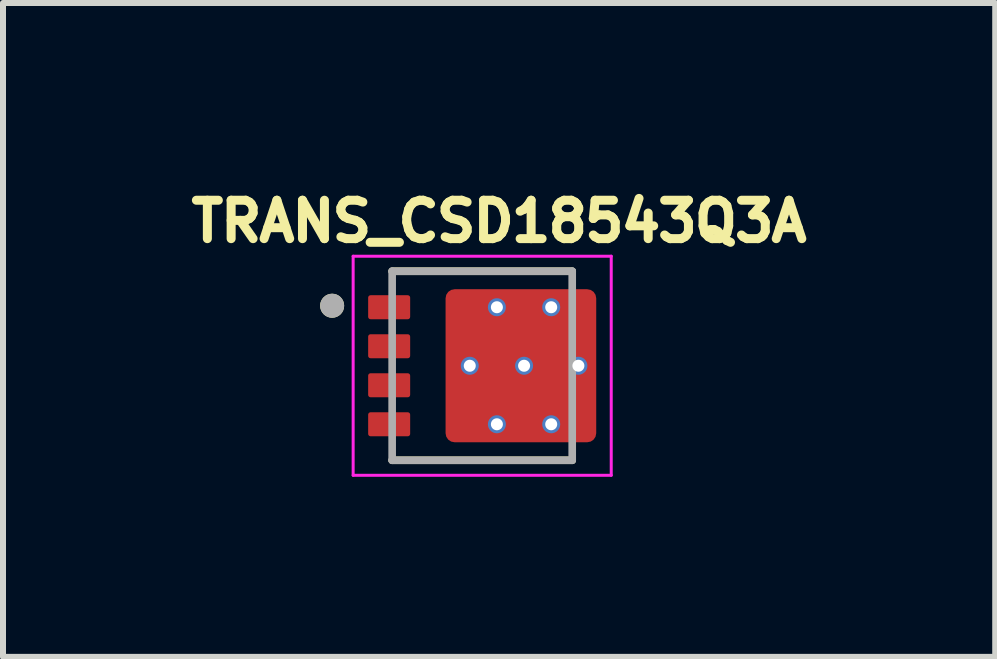
<source format=kicad_pcb>
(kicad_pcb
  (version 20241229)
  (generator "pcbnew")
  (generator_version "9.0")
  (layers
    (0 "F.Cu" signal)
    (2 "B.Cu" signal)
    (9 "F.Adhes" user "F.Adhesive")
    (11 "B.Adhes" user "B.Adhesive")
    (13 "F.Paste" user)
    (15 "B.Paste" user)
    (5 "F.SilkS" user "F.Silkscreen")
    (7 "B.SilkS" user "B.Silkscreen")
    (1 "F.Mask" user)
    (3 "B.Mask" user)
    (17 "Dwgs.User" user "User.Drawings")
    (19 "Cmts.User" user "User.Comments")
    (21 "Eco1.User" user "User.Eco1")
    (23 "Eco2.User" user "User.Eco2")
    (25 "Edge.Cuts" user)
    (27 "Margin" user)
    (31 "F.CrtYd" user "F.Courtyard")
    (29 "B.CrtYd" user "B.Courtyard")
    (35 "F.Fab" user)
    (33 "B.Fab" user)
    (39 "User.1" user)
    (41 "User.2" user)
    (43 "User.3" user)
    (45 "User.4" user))
  (footprint "TRANS_CSD18543Q3A"
    (layer "F.Cu")
    (at 4.984 3.044)
    (property "Reference" "TRANS_CSD18543Q3A" (at 0.282 -2.406 0) (layer "F.SilkS") (effects (font (size 0.64 0.64) (thickness 0.15))))
    (attr through_hole)
    (fp_poly (pts (xy -1.8 -1.125) (xy -1.3 -1.125) (xy -1.297 -1.125) (xy -1.295 -1.125) (xy -1.292 -1.124) (xy -1.29 -1.124) (xy -1.287 -1.123) (xy -1.285 -1.123) (xy -1.282 -1.122) (xy -1.28 -1.121) (xy -1.277 -1.12) (xy -1.275 -1.118) (xy -1.273 -1.117) (xy -1.271 -1.115) (xy -1.269 -1.114) (xy -1.267 -1.112) (xy -1.265 -1.11) (xy -1.263 -1.108) (xy -1.261 -1.106) (xy -1.26 -1.104) (xy -1.258 -1.102) (xy -1.257 -1.1) (xy -1.255 -1.098) (xy -1.254 -1.095) (xy -1.253 -1.093) (xy -1.252 -1.09) (xy -1.252 -1.088) (xy -1.251 -1.085) (xy -1.251 -1.083) (xy -1.25 -1.08) (xy -1.25 -1.078) (xy -1.25 -1.075) (xy -1.25 -0.875) (xy -1.25 -0.872) (xy -1.25 -0.87) (xy -1.251 -0.867) (xy -1.251 -0.865) (xy -1.252 -0.862) (xy -1.252 -0.86) (xy -1.253 -0.857) (xy -1.254 -0.855) (xy -1.255 -0.852) (xy -1.257 -0.85) (xy -1.258 -0.848) (xy -1.26 -0.846) (xy -1.261 -0.844) (xy -1.263 -0.842) (xy -1.265 -0.84) (xy -1.267 -0.838) (xy -1.269 -0.836) (xy -1.271 -0.835) (xy -1.273 -0.833) (xy -1.275 -0.832) (xy -1.277 -0.83) (xy -1.28 -0.829) (xy -1.282 -0.828) (xy -1.285 -0.827) (xy -1.287 -0.827) (xy -1.29 -0.826) (xy -1.292 -0.826) (xy -1.295 -0.825) (xy -1.297 -0.825) (xy -1.3 -0.825) (xy -1.8 -0.825) (xy -1.803 -0.825) (xy -1.805 -0.825) (xy -1.808 -0.826) (xy -1.81 -0.826) (xy -1.813 -0.827) (xy -1.815 -0.827) (xy -1.818 -0.828) (xy -1.82 -0.829) (xy -1.823 -0.83) (xy -1.825 -0.832) (xy -1.827 -0.833) (xy -1.829 -0.835) (xy -1.831 -0.836) (xy -1.833 -0.838) (xy -1.835 -0.84) (xy -1.837 -0.842) (xy -1.839 -0.844) (xy -1.84 -0.846) (xy -1.842 -0.848) (xy -1.843 -0.85) (xy -1.845 -0.852) (xy -1.846 -0.855) (xy -1.847 -0.857) (xy -1.848 -0.86) (xy -1.848 -0.862) (xy -1.849 -0.865) (xy -1.849 -0.867) (xy -1.85 -0.87) (xy -1.85 -0.872) (xy -1.85 -0.875) (xy -1.85 -1.075) (xy -1.85 -1.078) (xy -1.85 -1.08) (xy -1.849 -1.083) (xy -1.849 -1.085) (xy -1.848 -1.088) (xy -1.848 -1.09) (xy -1.847 -1.093) (xy -1.846 -1.095) (xy -1.845 -1.098) (xy -1.843 -1.1) (xy -1.842 -1.102) (xy -1.84 -1.104) (xy -1.839 -1.106) (xy -1.837 -1.108) (xy -1.835 -1.11) (xy -1.833 -1.112) (xy -1.831 -1.114) (xy -1.829 -1.115) (xy -1.827 -1.117) (xy -1.825 -1.118) (xy -1.823 -1.12) (xy -1.82 -1.121) (xy -1.818 -1.122) (xy -1.815 -1.123) (xy -1.813 -1.123) (xy -1.81 -1.124) (xy -1.808 -1.124) (xy -1.805 -1.125) (xy -1.803 -1.125) (xy -1.8 -1.125)) (stroke (width 0.01) (type solid)) (fill yes) (layer "F.Mask"))
    (fp_poly (pts (xy -1.8 -0.475) (xy -1.3 -0.475) (xy -1.297 -0.475) (xy -1.295 -0.475) (xy -1.292 -0.474) (xy -1.29 -0.474) (xy -1.287 -0.473) (xy -1.285 -0.473) (xy -1.282 -0.472) (xy -1.28 -0.471) (xy -1.277 -0.47) (xy -1.275 -0.468) (xy -1.273 -0.467) (xy -1.271 -0.465) (xy -1.269 -0.464) (xy -1.267 -0.462) (xy -1.265 -0.46) (xy -1.263 -0.458) (xy -1.261 -0.456) (xy -1.26 -0.454) (xy -1.258 -0.452) (xy -1.257 -0.45) (xy -1.255 -0.448) (xy -1.254 -0.445) (xy -1.253 -0.443) (xy -1.252 -0.44) (xy -1.252 -0.438) (xy -1.251 -0.435) (xy -1.251 -0.433) (xy -1.25 -0.43) (xy -1.25 -0.428) (xy -1.25 -0.425) (xy -1.25 -0.225) (xy -1.25 -0.222) (xy -1.25 -0.22) (xy -1.251 -0.217) (xy -1.251 -0.215) (xy -1.252 -0.212) (xy -1.252 -0.21) (xy -1.253 -0.207) (xy -1.254 -0.205) (xy -1.255 -0.202) (xy -1.257 -0.2) (xy -1.258 -0.198) (xy -1.26 -0.196) (xy -1.261 -0.194) (xy -1.263 -0.192) (xy -1.265 -0.19) (xy -1.267 -0.188) (xy -1.269 -0.186) (xy -1.271 -0.185) (xy -1.273 -0.183) (xy -1.275 -0.182) (xy -1.277 -0.18) (xy -1.28 -0.179) (xy -1.282 -0.178) (xy -1.285 -0.177) (xy -1.287 -0.177) (xy -1.29 -0.176) (xy -1.292 -0.176) (xy -1.295 -0.175) (xy -1.297 -0.175) (xy -1.3 -0.175) (xy -1.8 -0.175) (xy -1.803 -0.175) (xy -1.805 -0.175) (xy -1.808 -0.176) (xy -1.81 -0.176) (xy -1.813 -0.177) (xy -1.815 -0.177) (xy -1.818 -0.178) (xy -1.82 -0.179) (xy -1.823 -0.18) (xy -1.825 -0.182) (xy -1.827 -0.183) (xy -1.829 -0.185) (xy -1.831 -0.186) (xy -1.833 -0.188) (xy -1.835 -0.19) (xy -1.837 -0.192) (xy -1.839 -0.194) (xy -1.84 -0.196) (xy -1.842 -0.198) (xy -1.843 -0.2) (xy -1.845 -0.202) (xy -1.846 -0.205) (xy -1.847 -0.207) (xy -1.848 -0.21) (xy -1.848 -0.212) (xy -1.849 -0.215) (xy -1.849 -0.217) (xy -1.85 -0.22) (xy -1.85 -0.222) (xy -1.85 -0.225) (xy -1.85 -0.425) (xy -1.85 -0.428) (xy -1.85 -0.43) (xy -1.849 -0.433) (xy -1.849 -0.435) (xy -1.848 -0.438) (xy -1.848 -0.44) (xy -1.847 -0.443) (xy -1.846 -0.445) (xy -1.845 -0.448) (xy -1.843 -0.45) (xy -1.842 -0.452) (xy -1.84 -0.454) (xy -1.839 -0.456) (xy -1.837 -0.458) (xy -1.835 -0.46) (xy -1.833 -0.462) (xy -1.831 -0.464) (xy -1.829 -0.465) (xy -1.827 -0.467) (xy -1.825 -0.468) (xy -1.823 -0.47) (xy -1.82 -0.471) (xy -1.818 -0.472) (xy -1.815 -0.473) (xy -1.813 -0.473) (xy -1.81 -0.474) (xy -1.808 -0.474) (xy -1.805 -0.475) (xy -1.803 -0.475) (xy -1.8 -0.475)) (stroke (width 0.01) (type solid)) (fill yes) (layer "F.Mask"))
    (fp_poly (pts (xy -1.8 0.175) (xy -1.3 0.175) (xy -1.297 0.175) (xy -1.295 0.175) (xy -1.292 0.176) (xy -1.29 0.176) (xy -1.287 0.177) (xy -1.285 0.177) (xy -1.282 0.178) (xy -1.28 0.179) (xy -1.277 0.18) (xy -1.275 0.182) (xy -1.273 0.183) (xy -1.271 0.185) (xy -1.269 0.186) (xy -1.267 0.188) (xy -1.265 0.19) (xy -1.263 0.192) (xy -1.261 0.194) (xy -1.26 0.196) (xy -1.258 0.198) (xy -1.257 0.2) (xy -1.255 0.202) (xy -1.254 0.205) (xy -1.253 0.207) (xy -1.252 0.21) (xy -1.252 0.212) (xy -1.251 0.215) (xy -1.251 0.217) (xy -1.25 0.22) (xy -1.25 0.222) (xy -1.25 0.225) (xy -1.25 0.425) (xy -1.25 0.428) (xy -1.25 0.43) (xy -1.251 0.433) (xy -1.251 0.435) (xy -1.252 0.438) (xy -1.252 0.44) (xy -1.253 0.443) (xy -1.254 0.445) (xy -1.255 0.448) (xy -1.257 0.45) (xy -1.258 0.452) (xy -1.26 0.454) (xy -1.261 0.456) (xy -1.263 0.458) (xy -1.265 0.46) (xy -1.267 0.462) (xy -1.269 0.464) (xy -1.271 0.465) (xy -1.273 0.467) (xy -1.275 0.468) (xy -1.277 0.47) (xy -1.28 0.471) (xy -1.282 0.472) (xy -1.285 0.473) (xy -1.287 0.473) (xy -1.29 0.474) (xy -1.292 0.474) (xy -1.295 0.475) (xy -1.297 0.475) (xy -1.3 0.475) (xy -1.8 0.475) (xy -1.803 0.475) (xy -1.805 0.475) (xy -1.808 0.474) (xy -1.81 0.474) (xy -1.813 0.473) (xy -1.815 0.473) (xy -1.818 0.472) (xy -1.82 0.471) (xy -1.823 0.47) (xy -1.825 0.468) (xy -1.827 0.467) (xy -1.829 0.465) (xy -1.831 0.464) (xy -1.833 0.462) (xy -1.835 0.46) (xy -1.837 0.458) (xy -1.839 0.456) (xy -1.84 0.454) (xy -1.842 0.452) (xy -1.843 0.45) (xy -1.845 0.448) (xy -1.846 0.445) (xy -1.847 0.443) (xy -1.848 0.44) (xy -1.848 0.438) (xy -1.849 0.435) (xy -1.849 0.433) (xy -1.85 0.43) (xy -1.85 0.428) (xy -1.85 0.425) (xy -1.85 0.225) (xy -1.85 0.222) (xy -1.85 0.22) (xy -1.849 0.217) (xy -1.849 0.215) (xy -1.848 0.212) (xy -1.848 0.21) (xy -1.847 0.207) (xy -1.846 0.205) (xy -1.845 0.202) (xy -1.843 0.2) (xy -1.842 0.198) (xy -1.84 0.196) (xy -1.839 0.194) (xy -1.837 0.192) (xy -1.835 0.19) (xy -1.833 0.188) (xy -1.831 0.186) (xy -1.829 0.185) (xy -1.827 0.183) (xy -1.825 0.182) (xy -1.823 0.18) (xy -1.82 0.179) (xy -1.818 0.178) (xy -1.815 0.177) (xy -1.813 0.177) (xy -1.81 0.176) (xy -1.808 0.176) (xy -1.805 0.175) (xy -1.803 0.175) (xy -1.8 0.175)) (stroke (width 0.01) (type solid)) (fill yes) (layer "F.Mask"))
    (fp_poly (pts (xy -1.8 0.825) (xy -1.3 0.825) (xy -1.297 0.825) (xy -1.295 0.825) (xy -1.292 0.826) (xy -1.29 0.826) (xy -1.287 0.827) (xy -1.285 0.827) (xy -1.282 0.828) (xy -1.28 0.829) (xy -1.277 0.83) (xy -1.275 0.832) (xy -1.273 0.833) (xy -1.271 0.835) (xy -1.269 0.836) (xy -1.267 0.838) (xy -1.265 0.84) (xy -1.263 0.842) (xy -1.261 0.844) (xy -1.26 0.846) (xy -1.258 0.848) (xy -1.257 0.85) (xy -1.255 0.852) (xy -1.254 0.855) (xy -1.253 0.857) (xy -1.252 0.86) (xy -1.252 0.862) (xy -1.251 0.865) (xy -1.251 0.867) (xy -1.25 0.87) (xy -1.25 0.872) (xy -1.25 0.875) (xy -1.25 1.075) (xy -1.25 1.078) (xy -1.25 1.08) (xy -1.251 1.083) (xy -1.251 1.085) (xy -1.252 1.088) (xy -1.252 1.09) (xy -1.253 1.093) (xy -1.254 1.095) (xy -1.255 1.098) (xy -1.257 1.1) (xy -1.258 1.102) (xy -1.26 1.104) (xy -1.261 1.106) (xy -1.263 1.108) (xy -1.265 1.11) (xy -1.267 1.112) (xy -1.269 1.114) (xy -1.271 1.115) (xy -1.273 1.117) (xy -1.275 1.118) (xy -1.277 1.12) (xy -1.28 1.121) (xy -1.282 1.122) (xy -1.285 1.123) (xy -1.287 1.123) (xy -1.29 1.124) (xy -1.292 1.124) (xy -1.295 1.125) (xy -1.297 1.125) (xy -1.3 1.125) (xy -1.8 1.125) (xy -1.803 1.125) (xy -1.805 1.125) (xy -1.808 1.124) (xy -1.81 1.124) (xy -1.813 1.123) (xy -1.815 1.123) (xy -1.818 1.122) (xy -1.82 1.121) (xy -1.823 1.12) (xy -1.825 1.118) (xy -1.827 1.117) (xy -1.829 1.115) (xy -1.831 1.114) (xy -1.833 1.112) (xy -1.835 1.11) (xy -1.837 1.108) (xy -1.839 1.106) (xy -1.84 1.104) (xy -1.842 1.102) (xy -1.843 1.1) (xy -1.845 1.098) (xy -1.846 1.095) (xy -1.847 1.093) (xy -1.848 1.09) (xy -1.848 1.088) (xy -1.849 1.085) (xy -1.849 1.083) (xy -1.85 1.08) (xy -1.85 1.078) (xy -1.85 1.075) (xy -1.85 0.875) (xy -1.85 0.872) (xy -1.85 0.87) (xy -1.849 0.867) (xy -1.849 0.865) (xy -1.848 0.862) (xy -1.848 0.86) (xy -1.847 0.857) (xy -1.846 0.855) (xy -1.845 0.852) (xy -1.843 0.85) (xy -1.842 0.848) (xy -1.84 0.846) (xy -1.839 0.844) (xy -1.837 0.842) (xy -1.835 0.84) (xy -1.833 0.838) (xy -1.831 0.836) (xy -1.829 0.835) (xy -1.827 0.833) (xy -1.825 0.832) (xy -1.823 0.83) (xy -1.82 0.829) (xy -1.818 0.828) (xy -1.815 0.827) (xy -1.813 0.827) (xy -1.81 0.826) (xy -1.808 0.826) (xy -1.805 0.825) (xy -1.803 0.825) (xy -1.8 0.825)) (stroke (width 0.01) (type solid)) (fill yes) (layer "F.Mask"))
    (fp_poly (pts (xy 1.215 1.125) (xy 1.215 1.175) (xy 1.215 1.178) (xy 1.215 1.18) (xy 1.214 1.183) (xy 1.214 1.185) (xy 1.213 1.188) (xy 1.213 1.19) (xy 1.212 1.193) (xy 1.211 1.195) (xy 1.21 1.198) (xy 1.208 1.2) (xy 1.207 1.202) (xy 1.205 1.204) (xy 1.204 1.206) (xy 1.202 1.208) (xy 1.2 1.21) (xy 1.198 1.212) (xy 1.196 1.214) (xy 1.194 1.215) (xy 1.192 1.217) (xy 1.19 1.218) (xy 1.188 1.22) (xy 1.185 1.221) (xy 1.183 1.222) (xy 1.18 1.223) (xy 1.178 1.223) (xy 1.175 1.224) (xy 1.173 1.224) (xy 1.17 1.225) (xy 1.168 1.225) (xy 1.165 1.225) (xy -0.51 1.225) (xy -0.513 1.225) (xy -0.515 1.225) (xy -0.518 1.224) (xy -0.52 1.224) (xy -0.523 1.223) (xy -0.525 1.223) (xy -0.528 1.222) (xy -0.53 1.221) (xy -0.533 1.22) (xy -0.535 1.218) (xy -0.537 1.217) (xy -0.539 1.215) (xy -0.541 1.214) (xy -0.543 1.212) (xy -0.545 1.21) (xy -0.547 1.208) (xy -0.549 1.206) (xy -0.55 1.204) (xy -0.552 1.202) (xy -0.553 1.2) (xy -0.555 1.198) (xy -0.556 1.195) (xy -0.557 1.193) (xy -0.558 1.19) (xy -0.558 1.188) (xy -0.559 1.185) (xy -0.559 1.183) (xy -0.56 1.18) (xy -0.56 1.178) (xy -0.56 1.175) (xy -0.56 -1.175) (xy -0.56 -1.178) (xy -0.56 -1.18) (xy -0.559 -1.183) (xy -0.559 -1.185) (xy -0.558 -1.188) (xy -0.558 -1.19) (xy -0.557 -1.193) (xy -0.556 -1.195) (xy -0.555 -1.198) (xy -0.553 -1.2) (xy -0.552 -1.202) (xy -0.55 -1.204) (xy -0.549 -1.206) (xy -0.547 -1.208) (xy -0.545 -1.21) (xy -0.543 -1.212) (xy -0.541 -1.214) (xy -0.539 -1.215) (xy -0.537 -1.217) (xy -0.535 -1.218) (xy -0.533 -1.22) (xy -0.53 -1.221) (xy -0.528 -1.222) (xy -0.525 -1.223) (xy -0.523 -1.223) (xy -0.52 -1.224) (xy -0.518 -1.224) (xy -0.515 -1.225) (xy -0.513 -1.225) (xy -0.51 -1.225) (xy 1.165 -1.225) (xy 1.168 -1.225) (xy 1.17 -1.225) (xy 1.173 -1.224) (xy 1.175 -1.224) (xy 1.178 -1.223) (xy 1.18 -1.223) (xy 1.183 -1.222) (xy 1.185 -1.221) (xy 1.188 -1.22) (xy 1.19 -1.218) (xy 1.192 -1.217) (xy 1.194 -1.215) (xy 1.196 -1.214) (xy 1.198 -1.212) (xy 1.2 -1.21) (xy 1.202 -1.208) (xy 1.204 -1.206) (xy 1.205 -1.204) (xy 1.207 -1.202) (xy 1.208 -1.2) (xy 1.21 -1.198) (xy 1.211 -1.195) (xy 1.212 -1.193) (xy 1.213 -1.19) (xy 1.213 -1.188) (xy 1.214 -1.185) (xy 1.214 -1.183) (xy 1.215 -1.18) (xy 1.215 -1.178) (xy 1.215 -1.175) (xy 1.215 -1.125) (xy 1.8 -1.125) (xy 1.803 -1.125) (xy 1.805 -1.125) (xy 1.808 -1.124) (xy 1.81 -1.124) (xy 1.813 -1.123) (xy 1.815 -1.123) (xy 1.818 -1.122) (xy 1.82 -1.121) (xy 1.823 -1.12) (xy 1.825 -1.118) (xy 1.827 -1.117) (xy 1.829 -1.115) (xy 1.831 -1.114) (xy 1.833 -1.112) (xy 1.835 -1.11) (xy 1.837 -1.108) (xy 1.839 -1.106) (xy 1.84 -1.104) (xy 1.842 -1.102) (xy 1.843 -1.1) (xy 1.845 -1.098) (xy 1.846 -1.095) (xy 1.847 -1.093) (xy 1.848 -1.09) (xy 1.848 -1.088) (xy 1.849 -1.085) (xy 1.849 -1.083) (xy 1.85 -1.08) (xy 1.85 -1.078) (xy 1.85 -1.075) (xy 1.85 -0.875) (xy 1.85 -0.872) (xy 1.85 -0.87) (xy 1.849 -0.867) (xy 1.849 -0.865) (xy 1.848 -0.862) (xy 1.848 -0.86) (xy 1.847 -0.857) (xy 1.846 -0.855) (xy 1.845 -0.852) (xy 1.843 -0.85) (xy 1.842 -0.848) (xy 1.84 -0.846) (xy 1.839 -0.844) (xy 1.837 -0.842) (xy 1.835 -0.84) (xy 1.833 -0.838) (xy 1.831 -0.836) (xy 1.829 -0.835) (xy 1.827 -0.833) (xy 1.825 -0.832) (xy 1.823 -0.83) (xy 1.82 -0.829) (xy 1.818 -0.828) (xy 1.815 -0.827) (xy 1.813 -0.827) (xy 1.81 -0.826) (xy 1.808 -0.826) (xy 1.805 -0.825) (xy 1.803 -0.825) (xy 1.8 -0.825) (xy 1.215 -0.825) (xy 1.215 -0.475) (xy 1.8 -0.475) (xy 1.803 -0.475) (xy 1.805 -0.475) (xy 1.808 -0.474) (xy 1.81 -0.474) (xy 1.813 -0.473) (xy 1.815 -0.473) (xy 1.818 -0.472) (xy 1.82 -0.471) (xy 1.823 -0.47) (xy 1.825 -0.468) (xy 1.827 -0.467) (xy 1.829 -0.465) (xy 1.831 -0.464) (xy 1.833 -0.462) (xy 1.835 -0.46) (xy 1.837 -0.458) (xy 1.839 -0.456) (xy 1.84 -0.454) (xy 1.842 -0.452) (xy 1.843 -0.45) (xy 1.845 -0.448) (xy 1.846 -0.445) (xy 1.847 -0.443) (xy 1.848 -0.44) (xy 1.848 -0.438) (xy 1.849 -0.435) (xy 1.849 -0.433) (xy 1.85 -0.43) (xy 1.85 -0.428) (xy 1.85 -0.425) (xy 1.85 -0.225) (xy 1.85 -0.222) (xy 1.85 -0.22) (xy 1.849 -0.217) (xy 1.849 -0.215) (xy 1.848 -0.212) (xy 1.848 -0.21) (xy 1.847 -0.207) (xy 1.846 -0.205) (xy 1.845 -0.202) (xy 1.843 -0.2) (xy 1.842 -0.198) (xy 1.84 -0.196) (xy 1.839 -0.194) (xy 1.837 -0.192) (xy 1.835 -0.19) (xy 1.833 -0.188) (xy 1.831 -0.186) (xy 1.829 -0.185) (xy 1.827 -0.183) (xy 1.825 -0.182) (xy 1.823 -0.18) (xy 1.82 -0.179) (xy 1.818 -0.178) (xy 1.815 -0.177) (xy 1.813 -0.177) (xy 1.81 -0.176) (xy 1.808 -0.176) (xy 1.805 -0.175) (xy 1.803 -0.175) (xy 1.8 -0.175) (xy 1.215 -0.175) (xy 1.215 0.175) (xy 1.8 0.175) (xy 1.803 0.175) (xy 1.805 0.175) (xy 1.808 0.176) (xy 1.81 0.176) (xy 1.813 0.177) (xy 1.815 0.177) (xy 1.818 0.178) (xy 1.82 0.179) (xy 1.823 0.18) (xy 1.825 0.182) (xy 1.827 0.183) (xy 1.829 0.185) (xy 1.831 0.186) (xy 1.833 0.188) (xy 1.835 0.19) (xy 1.837 0.192) (xy 1.839 0.194) (xy 1.84 0.196) (xy 1.842 0.198) (xy 1.843 0.2) (xy 1.845 0.202) (xy 1.846 0.205) (xy 1.847 0.207) (xy 1.848 0.21) (xy 1.848 0.212) (xy 1.849 0.215) (xy 1.849 0.217) (xy 1.85 0.22) (xy 1.85 0.222) (xy 1.85 0.225) (xy 1.85 0.425) (xy 1.85 0.428) (xy 1.85 0.43) (xy 1.849 0.433) (xy 1.849 0.435) (xy 1.848 0.438) (xy 1.848 0.44) (xy 1.847 0.443) (xy 1.846 0.445) (xy 1.845 0.448) (xy 1.843 0.45) (xy 1.842 0.452) (xy 1.84 0.454) (xy 1.839 0.456) (xy 1.837 0.458) (xy 1.835 0.46) (xy 1.833 0.462) (xy 1.831 0.464) (xy 1.829 0.465) (xy 1.827 0.467) (xy 1.825 0.468) (xy 1.823 0.47) (xy 1.82 0.471) (xy 1.818 0.472) (xy 1.815 0.473) (xy 1.813 0.473) (xy 1.81 0.474) (xy 1.808 0.474) (xy 1.805 0.475) (xy 1.803 0.475) (xy 1.8 0.475) (xy 1.215 0.475) (xy 1.215 0.825) (xy 1.8 0.825) (xy 1.803 0.825) (xy 1.805 0.825) (xy 1.808 0.826) (xy 1.81 0.826) (xy 1.813 0.827) (xy 1.815 0.827) (xy 1.818 0.828) (xy 1.82 0.829) (xy 1.823 0.83) (xy 1.825 0.832) (xy 1.827 0.833) (xy 1.829 0.835) (xy 1.831 0.836) (xy 1.833 0.838) (xy 1.835 0.84) (xy 1.837 0.842) (xy 1.839 0.844) (xy 1.84 0.846) (xy 1.842 0.848) (xy 1.843 0.85) (xy 1.845 0.852) (xy 1.846 0.855) (xy 1.847 0.857) (xy 1.848 0.86) (xy 1.848 0.862) (xy 1.849 0.865) (xy 1.849 0.867) (xy 1.85 0.87) (xy 1.85 0.872) (xy 1.85 0.875) (xy 1.85 1.075) (xy 1.85 1.078) (xy 1.85 1.08) (xy 1.849 1.083) (xy 1.849 1.085) (xy 1.848 1.088) (xy 1.848 1.09) (xy 1.847 1.093) (xy 1.846 1.095) (xy 1.845 1.098) (xy 1.843 1.1) (xy 1.842 1.102) (xy 1.84 1.104) (xy 1.839 1.106) (xy 1.837 1.108) (xy 1.835 1.11) (xy 1.833 1.112) (xy 1.831 1.114) (xy 1.829 1.115) (xy 1.827 1.117) (xy 1.825 1.118) (xy 1.823 1.12) (xy 1.82 1.121) (xy 1.818 1.122) (xy 1.815 1.123) (xy 1.813 1.123) (xy 1.81 1.124) (xy 1.808 1.124) (xy 1.805 1.125) (xy 1.803 1.125) (xy 1.8 1.125) (xy 1.215 1.125)) (stroke (width 0.01) (type solid)) (fill yes) (layer "F.Mask"))
    (fp_line (start -1.5 -1.575) (end 1.5 -1.575) (stroke (width 0.127) (type solid)) (layer "F.SilkS"))
    (fp_line (start 1.5 1.575) (end -1.5 1.575) (stroke (width 0.127) (type solid)) (layer "F.SilkS"))
    (fp_circle (center -2.5 -1) (end -2.4 -1) (stroke (width 0.2) (type solid)) (fill no) (layer "F.SilkS"))
    (fp_poly (pts (xy -1.8 -1.125) (xy -1.3 -1.125) (xy -1.297 -1.125) (xy -1.295 -1.125) (xy -1.292 -1.124) (xy -1.29 -1.124) (xy -1.287 -1.123) (xy -1.285 -1.123) (xy -1.282 -1.122) (xy -1.28 -1.121) (xy -1.277 -1.12) (xy -1.275 -1.118) (xy -1.273 -1.117) (xy -1.271 -1.115) (xy -1.269 -1.114) (xy -1.267 -1.112) (xy -1.265 -1.11) (xy -1.263 -1.108) (xy -1.261 -1.106) (xy -1.26 -1.104) (xy -1.258 -1.102) (xy -1.257 -1.1) (xy -1.255 -1.098) (xy -1.254 -1.095) (xy -1.253 -1.093) (xy -1.252 -1.09) (xy -1.252 -1.088) (xy -1.251 -1.085) (xy -1.251 -1.083) (xy -1.25 -1.08) (xy -1.25 -1.078) (xy -1.25 -1.075) (xy -1.25 -0.875) (xy -1.25 -0.872) (xy -1.25 -0.87) (xy -1.251 -0.867) (xy -1.251 -0.865) (xy -1.252 -0.862) (xy -1.252 -0.86) (xy -1.253 -0.857) (xy -1.254 -0.855) (xy -1.255 -0.852) (xy -1.257 -0.85) (xy -1.258 -0.848) (xy -1.26 -0.846) (xy -1.261 -0.844) (xy -1.263 -0.842) (xy -1.265 -0.84) (xy -1.267 -0.838) (xy -1.269 -0.836) (xy -1.271 -0.835) (xy -1.273 -0.833) (xy -1.275 -0.832) (xy -1.277 -0.83) (xy -1.28 -0.829) (xy -1.282 -0.828) (xy -1.285 -0.827) (xy -1.287 -0.827) (xy -1.29 -0.826) (xy -1.292 -0.826) (xy -1.295 -0.825) (xy -1.297 -0.825) (xy -1.3 -0.825) (xy -1.8 -0.825) (xy -1.803 -0.825) (xy -1.805 -0.825) (xy -1.808 -0.826) (xy -1.81 -0.826) (xy -1.813 -0.827) (xy -1.815 -0.827) (xy -1.818 -0.828) (xy -1.82 -0.829) (xy -1.823 -0.83) (xy -1.825 -0.832) (xy -1.827 -0.833) (xy -1.829 -0.835) (xy -1.831 -0.836) (xy -1.833 -0.838) (xy -1.835 -0.84) (xy -1.837 -0.842) (xy -1.839 -0.844) (xy -1.84 -0.846) (xy -1.842 -0.848) (xy -1.843 -0.85) (xy -1.845 -0.852) (xy -1.846 -0.855) (xy -1.847 -0.857) (xy -1.848 -0.86) (xy -1.848 -0.862) (xy -1.849 -0.865) (xy -1.849 -0.867) (xy -1.85 -0.87) (xy -1.85 -0.872) (xy -1.85 -0.875) (xy -1.85 -1.075) (xy -1.85 -1.078) (xy -1.85 -1.08) (xy -1.849 -1.083) (xy -1.849 -1.085) (xy -1.848 -1.088) (xy -1.848 -1.09) (xy -1.847 -1.093) (xy -1.846 -1.095) (xy -1.845 -1.098) (xy -1.843 -1.1) (xy -1.842 -1.102) (xy -1.84 -1.104) (xy -1.839 -1.106) (xy -1.837 -1.108) (xy -1.835 -1.11) (xy -1.833 -1.112) (xy -1.831 -1.114) (xy -1.829 -1.115) (xy -1.827 -1.117) (xy -1.825 -1.118) (xy -1.823 -1.12) (xy -1.82 -1.121) (xy -1.818 -1.122) (xy -1.815 -1.123) (xy -1.813 -1.123) (xy -1.81 -1.124) (xy -1.808 -1.124) (xy -1.805 -1.125) (xy -1.803 -1.125) (xy -1.8 -1.125)) (stroke (width 0.01) (type solid)) (fill yes) (layer "F.Paste"))
    (fp_poly (pts (xy -1.8 -0.475) (xy -1.3 -0.475) (xy -1.297 -0.475) (xy -1.295 -0.475) (xy -1.292 -0.474) (xy -1.29 -0.474) (xy -1.287 -0.473) (xy -1.285 -0.473) (xy -1.282 -0.472) (xy -1.28 -0.471) (xy -1.277 -0.47) (xy -1.275 -0.468) (xy -1.273 -0.467) (xy -1.271 -0.465) (xy -1.269 -0.464) (xy -1.267 -0.462) (xy -1.265 -0.46) (xy -1.263 -0.458) (xy -1.261 -0.456) (xy -1.26 -0.454) (xy -1.258 -0.452) (xy -1.257 -0.45) (xy -1.255 -0.448) (xy -1.254 -0.445) (xy -1.253 -0.443) (xy -1.252 -0.44) (xy -1.252 -0.438) (xy -1.251 -0.435) (xy -1.251 -0.433) (xy -1.25 -0.43) (xy -1.25 -0.428) (xy -1.25 -0.425) (xy -1.25 -0.225) (xy -1.25 -0.222) (xy -1.25 -0.22) (xy -1.251 -0.217) (xy -1.251 -0.215) (xy -1.252 -0.212) (xy -1.252 -0.21) (xy -1.253 -0.207) (xy -1.254 -0.205) (xy -1.255 -0.202) (xy -1.257 -0.2) (xy -1.258 -0.198) (xy -1.26 -0.196) (xy -1.261 -0.194) (xy -1.263 -0.192) (xy -1.265 -0.19) (xy -1.267 -0.188) (xy -1.269 -0.186) (xy -1.271 -0.185) (xy -1.273 -0.183) (xy -1.275 -0.182) (xy -1.277 -0.18) (xy -1.28 -0.179) (xy -1.282 -0.178) (xy -1.285 -0.177) (xy -1.287 -0.177) (xy -1.29 -0.176) (xy -1.292 -0.176) (xy -1.295 -0.175) (xy -1.297 -0.175) (xy -1.3 -0.175) (xy -1.8 -0.175) (xy -1.803 -0.175) (xy -1.805 -0.175) (xy -1.808 -0.176) (xy -1.81 -0.176) (xy -1.813 -0.177) (xy -1.815 -0.177) (xy -1.818 -0.178) (xy -1.82 -0.179) (xy -1.823 -0.18) (xy -1.825 -0.182) (xy -1.827 -0.183) (xy -1.829 -0.185) (xy -1.831 -0.186) (xy -1.833 -0.188) (xy -1.835 -0.19) (xy -1.837 -0.192) (xy -1.839 -0.194) (xy -1.84 -0.196) (xy -1.842 -0.198) (xy -1.843 -0.2) (xy -1.845 -0.202) (xy -1.846 -0.205) (xy -1.847 -0.207) (xy -1.848 -0.21) (xy -1.848 -0.212) (xy -1.849 -0.215) (xy -1.849 -0.217) (xy -1.85 -0.22) (xy -1.85 -0.222) (xy -1.85 -0.225) (xy -1.85 -0.425) (xy -1.85 -0.428) (xy -1.85 -0.43) (xy -1.849 -0.433) (xy -1.849 -0.435) (xy -1.848 -0.438) (xy -1.848 -0.44) (xy -1.847 -0.443) (xy -1.846 -0.445) (xy -1.845 -0.448) (xy -1.843 -0.45) (xy -1.842 -0.452) (xy -1.84 -0.454) (xy -1.839 -0.456) (xy -1.837 -0.458) (xy -1.835 -0.46) (xy -1.833 -0.462) (xy -1.831 -0.464) (xy -1.829 -0.465) (xy -1.827 -0.467) (xy -1.825 -0.468) (xy -1.823 -0.47) (xy -1.82 -0.471) (xy -1.818 -0.472) (xy -1.815 -0.473) (xy -1.813 -0.473) (xy -1.81 -0.474) (xy -1.808 -0.474) (xy -1.805 -0.475) (xy -1.803 -0.475) (xy -1.8 -0.475)) (stroke (width 0.01) (type solid)) (fill yes) (layer "F.Paste"))
    (fp_poly (pts (xy -1.8 0.175) (xy -1.3 0.175) (xy -1.297 0.175) (xy -1.295 0.175) (xy -1.292 0.176) (xy -1.29 0.176) (xy -1.287 0.177) (xy -1.285 0.177) (xy -1.282 0.178) (xy -1.28 0.179) (xy -1.277 0.18) (xy -1.275 0.182) (xy -1.273 0.183) (xy -1.271 0.185) (xy -1.269 0.186) (xy -1.267 0.188) (xy -1.265 0.19) (xy -1.263 0.192) (xy -1.261 0.194) (xy -1.26 0.196) (xy -1.258 0.198) (xy -1.257 0.2) (xy -1.255 0.202) (xy -1.254 0.205) (xy -1.253 0.207) (xy -1.252 0.21) (xy -1.252 0.212) (xy -1.251 0.215) (xy -1.251 0.217) (xy -1.25 0.22) (xy -1.25 0.222) (xy -1.25 0.225) (xy -1.25 0.425) (xy -1.25 0.428) (xy -1.25 0.43) (xy -1.251 0.433) (xy -1.251 0.435) (xy -1.252 0.438) (xy -1.252 0.44) (xy -1.253 0.443) (xy -1.254 0.445) (xy -1.255 0.448) (xy -1.257 0.45) (xy -1.258 0.452) (xy -1.26 0.454) (xy -1.261 0.456) (xy -1.263 0.458) (xy -1.265 0.46) (xy -1.267 0.462) (xy -1.269 0.464) (xy -1.271 0.465) (xy -1.273 0.467) (xy -1.275 0.468) (xy -1.277 0.47) (xy -1.28 0.471) (xy -1.282 0.472) (xy -1.285 0.473) (xy -1.287 0.473) (xy -1.29 0.474) (xy -1.292 0.474) (xy -1.295 0.475) (xy -1.297 0.475) (xy -1.3 0.475) (xy -1.8 0.475) (xy -1.803 0.475) (xy -1.805 0.475) (xy -1.808 0.474) (xy -1.81 0.474) (xy -1.813 0.473) (xy -1.815 0.473) (xy -1.818 0.472) (xy -1.82 0.471) (xy -1.823 0.47) (xy -1.825 0.468) (xy -1.827 0.467) (xy -1.829 0.465) (xy -1.831 0.464) (xy -1.833 0.462) (xy -1.835 0.46) (xy -1.837 0.458) (xy -1.839 0.456) (xy -1.84 0.454) (xy -1.842 0.452) (xy -1.843 0.45) (xy -1.845 0.448) (xy -1.846 0.445) (xy -1.847 0.443) (xy -1.848 0.44) (xy -1.848 0.438) (xy -1.849 0.435) (xy -1.849 0.433) (xy -1.85 0.43) (xy -1.85 0.428) (xy -1.85 0.425) (xy -1.85 0.225) (xy -1.85 0.222) (xy -1.85 0.22) (xy -1.849 0.217) (xy -1.849 0.215) (xy -1.848 0.212) (xy -1.848 0.21) (xy -1.847 0.207) (xy -1.846 0.205) (xy -1.845 0.202) (xy -1.843 0.2) (xy -1.842 0.198) (xy -1.84 0.196) (xy -1.839 0.194) (xy -1.837 0.192) (xy -1.835 0.19) (xy -1.833 0.188) (xy -1.831 0.186) (xy -1.829 0.185) (xy -1.827 0.183) (xy -1.825 0.182) (xy -1.823 0.18) (xy -1.82 0.179) (xy -1.818 0.178) (xy -1.815 0.177) (xy -1.813 0.177) (xy -1.81 0.176) (xy -1.808 0.176) (xy -1.805 0.175) (xy -1.803 0.175) (xy -1.8 0.175)) (stroke (width 0.01) (type solid)) (fill yes) (layer "F.Paste"))
    (fp_poly (pts (xy -1.8 0.825) (xy -1.3 0.825) (xy -1.297 0.825) (xy -1.295 0.825) (xy -1.292 0.826) (xy -1.29 0.826) (xy -1.287 0.827) (xy -1.285 0.827) (xy -1.282 0.828) (xy -1.28 0.829) (xy -1.277 0.83) (xy -1.275 0.832) (xy -1.273 0.833) (xy -1.271 0.835) (xy -1.269 0.836) (xy -1.267 0.838) (xy -1.265 0.84) (xy -1.263 0.842) (xy -1.261 0.844) (xy -1.26 0.846) (xy -1.258 0.848) (xy -1.257 0.85) (xy -1.255 0.852) (xy -1.254 0.855) (xy -1.253 0.857) (xy -1.252 0.86) (xy -1.252 0.862) (xy -1.251 0.865) (xy -1.251 0.867) (xy -1.25 0.87) (xy -1.25 0.872) (xy -1.25 0.875) (xy -1.25 1.075) (xy -1.25 1.078) (xy -1.25 1.08) (xy -1.251 1.083) (xy -1.251 1.085) (xy -1.252 1.088) (xy -1.252 1.09) (xy -1.253 1.093) (xy -1.254 1.095) (xy -1.255 1.098) (xy -1.257 1.1) (xy -1.258 1.102) (xy -1.26 1.104) (xy -1.261 1.106) (xy -1.263 1.108) (xy -1.265 1.11) (xy -1.267 1.112) (xy -1.269 1.114) (xy -1.271 1.115) (xy -1.273 1.117) (xy -1.275 1.118) (xy -1.277 1.12) (xy -1.28 1.121) (xy -1.282 1.122) (xy -1.285 1.123) (xy -1.287 1.123) (xy -1.29 1.124) (xy -1.292 1.124) (xy -1.295 1.125) (xy -1.297 1.125) (xy -1.3 1.125) (xy -1.8 1.125) (xy -1.803 1.125) (xy -1.805 1.125) (xy -1.808 1.124) (xy -1.81 1.124) (xy -1.813 1.123) (xy -1.815 1.123) (xy -1.818 1.122) (xy -1.82 1.121) (xy -1.823 1.12) (xy -1.825 1.118) (xy -1.827 1.117) (xy -1.829 1.115) (xy -1.831 1.114) (xy -1.833 1.112) (xy -1.835 1.11) (xy -1.837 1.108) (xy -1.839 1.106) (xy -1.84 1.104) (xy -1.842 1.102) (xy -1.843 1.1) (xy -1.845 1.098) (xy -1.846 1.095) (xy -1.847 1.093) (xy -1.848 1.09) (xy -1.848 1.088) (xy -1.849 1.085) (xy -1.849 1.083) (xy -1.85 1.08) (xy -1.85 1.078) (xy -1.85 1.075) (xy -1.85 0.875) (xy -1.85 0.872) (xy -1.85 0.87) (xy -1.849 0.867) (xy -1.849 0.865) (xy -1.848 0.862) (xy -1.848 0.86) (xy -1.847 0.857) (xy -1.846 0.855) (xy -1.845 0.852) (xy -1.843 0.85) (xy -1.842 0.848) (xy -1.84 0.846) (xy -1.839 0.844) (xy -1.837 0.842) (xy -1.835 0.84) (xy -1.833 0.838) (xy -1.831 0.836) (xy -1.829 0.835) (xy -1.827 0.833) (xy -1.825 0.832) (xy -1.823 0.83) (xy -1.82 0.829) (xy -1.818 0.828) (xy -1.815 0.827) (xy -1.813 0.827) (xy -1.81 0.826) (xy -1.808 0.826) (xy -1.805 0.825) (xy -1.803 0.825) (xy -1.8 0.825)) (stroke (width 0.01) (type solid)) (fill yes) (layer "F.Paste"))
    (fp_poly (pts (xy 1.3 -1.125) (xy 1.8 -1.125) (xy 1.803 -1.125) (xy 1.805 -1.125) (xy 1.808 -1.124) (xy 1.81 -1.124) (xy 1.813 -1.123) (xy 1.815 -1.123) (xy 1.818 -1.122) (xy 1.82 -1.121) (xy 1.823 -1.12) (xy 1.825 -1.118) (xy 1.827 -1.117) (xy 1.829 -1.115) (xy 1.831 -1.114) (xy 1.833 -1.112) (xy 1.835 -1.11) (xy 1.837 -1.108) (xy 1.839 -1.106) (xy 1.84 -1.104) (xy 1.842 -1.102) (xy 1.843 -1.1) (xy 1.845 -1.098) (xy 1.846 -1.095) (xy 1.847 -1.093) (xy 1.848 -1.09) (xy 1.848 -1.088) (xy 1.849 -1.085) (xy 1.849 -1.083) (xy 1.85 -1.08) (xy 1.85 -1.078) (xy 1.85 -1.075) (xy 1.85 -0.875) (xy 1.85 -0.872) (xy 1.85 -0.87) (xy 1.849 -0.867) (xy 1.849 -0.865) (xy 1.848 -0.862) (xy 1.848 -0.86) (xy 1.847 -0.857) (xy 1.846 -0.855) (xy 1.845 -0.852) (xy 1.843 -0.85) (xy 1.842 -0.848) (xy 1.84 -0.846) (xy 1.839 -0.844) (xy 1.837 -0.842) (xy 1.835 -0.84) (xy 1.833 -0.838) (xy 1.831 -0.836) (xy 1.829 -0.835) (xy 1.827 -0.833) (xy 1.825 -0.832) (xy 1.823 -0.83) (xy 1.82 -0.829) (xy 1.818 -0.828) (xy 1.815 -0.827) (xy 1.813 -0.827) (xy 1.81 -0.826) (xy 1.808 -0.826) (xy 1.805 -0.825) (xy 1.803 -0.825) (xy 1.8 -0.825) (xy 1.3 -0.825) (xy 1.297 -0.825) (xy 1.295 -0.825) (xy 1.292 -0.826) (xy 1.29 -0.826) (xy 1.287 -0.827) (xy 1.285 -0.827) (xy 1.282 -0.828) (xy 1.28 -0.829) (xy 1.277 -0.83) (xy 1.275 -0.832) (xy 1.273 -0.833) (xy 1.271 -0.835) (xy 1.269 -0.836) (xy 1.267 -0.838) (xy 1.265 -0.84) (xy 1.263 -0.842) (xy 1.261 -0.844) (xy 1.26 -0.846) (xy 1.258 -0.848) (xy 1.257 -0.85) (xy 1.255 -0.852) (xy 1.254 -0.855) (xy 1.253 -0.857) (xy 1.252 -0.86) (xy 1.252 -0.862) (xy 1.251 -0.865) (xy 1.251 -0.867) (xy 1.25 -0.87) (xy 1.25 -0.872) (xy 1.25 -0.875) (xy 1.25 -1.075) (xy 1.25 -1.078) (xy 1.25 -1.08) (xy 1.251 -1.083) (xy 1.251 -1.085) (xy 1.252 -1.088) (xy 1.252 -1.09) (xy 1.253 -1.093) (xy 1.254 -1.095) (xy 1.255 -1.098) (xy 1.257 -1.1) (xy 1.258 -1.102) (xy 1.26 -1.104) (xy 1.261 -1.106) (xy 1.263 -1.108) (xy 1.265 -1.11) (xy 1.267 -1.112) (xy 1.269 -1.114) (xy 1.271 -1.115) (xy 1.273 -1.117) (xy 1.275 -1.118) (xy 1.277 -1.12) (xy 1.28 -1.121) (xy 1.282 -1.122) (xy 1.285 -1.123) (xy 1.287 -1.123) (xy 1.29 -1.124) (xy 1.292 -1.124) (xy 1.295 -1.125) (xy 1.297 -1.125) (xy 1.3 -1.125)) (stroke (width 0.01) (type solid)) (fill yes) (layer "F.Paste"))
    (fp_poly (pts (xy 1.3 -0.475) (xy 1.8 -0.475) (xy 1.803 -0.475) (xy 1.805 -0.475) (xy 1.808 -0.474) (xy 1.81 -0.474) (xy 1.813 -0.473) (xy 1.815 -0.473) (xy 1.818 -0.472) (xy 1.82 -0.471) (xy 1.823 -0.47) (xy 1.825 -0.468) (xy 1.827 -0.467) (xy 1.829 -0.465) (xy 1.831 -0.464) (xy 1.833 -0.462) (xy 1.835 -0.46) (xy 1.837 -0.458) (xy 1.839 -0.456) (xy 1.84 -0.454) (xy 1.842 -0.452) (xy 1.843 -0.45) (xy 1.845 -0.448) (xy 1.846 -0.445) (xy 1.847 -0.443) (xy 1.848 -0.44) (xy 1.848 -0.438) (xy 1.849 -0.435) (xy 1.849 -0.433) (xy 1.85 -0.43) (xy 1.85 -0.428) (xy 1.85 -0.425) (xy 1.85 -0.225) (xy 1.85 -0.222) (xy 1.85 -0.22) (xy 1.849 -0.217) (xy 1.849 -0.215) (xy 1.848 -0.212) (xy 1.848 -0.21) (xy 1.847 -0.207) (xy 1.846 -0.205) (xy 1.845 -0.202) (xy 1.843 -0.2) (xy 1.842 -0.198) (xy 1.84 -0.196) (xy 1.839 -0.194) (xy 1.837 -0.192) (xy 1.835 -0.19) (xy 1.833 -0.188) (xy 1.831 -0.186) (xy 1.829 -0.185) (xy 1.827 -0.183) (xy 1.825 -0.182) (xy 1.823 -0.18) (xy 1.82 -0.179) (xy 1.818 -0.178) (xy 1.815 -0.177) (xy 1.813 -0.177) (xy 1.81 -0.176) (xy 1.808 -0.176) (xy 1.805 -0.175) (xy 1.803 -0.175) (xy 1.8 -0.175) (xy 1.3 -0.175) (xy 1.297 -0.175) (xy 1.295 -0.175) (xy 1.292 -0.176) (xy 1.29 -0.176) (xy 1.287 -0.177) (xy 1.285 -0.177) (xy 1.282 -0.178) (xy 1.28 -0.179) (xy 1.277 -0.18) (xy 1.275 -0.182) (xy 1.273 -0.183) (xy 1.271 -0.185) (xy 1.269 -0.186) (xy 1.267 -0.188) (xy 1.265 -0.19) (xy 1.263 -0.192) (xy 1.261 -0.194) (xy 1.26 -0.196) (xy 1.258 -0.198) (xy 1.257 -0.2) (xy 1.255 -0.202) (xy 1.254 -0.205) (xy 1.253 -0.207) (xy 1.252 -0.21) (xy 1.252 -0.212) (xy 1.251 -0.215) (xy 1.251 -0.217) (xy 1.25 -0.22) (xy 1.25 -0.222) (xy 1.25 -0.225) (xy 1.25 -0.425) (xy 1.25 -0.428) (xy 1.25 -0.43) (xy 1.251 -0.433) (xy 1.251 -0.435) (xy 1.252 -0.438) (xy 1.252 -0.44) (xy 1.253 -0.443) (xy 1.254 -0.445) (xy 1.255 -0.448) (xy 1.257 -0.45) (xy 1.258 -0.452) (xy 1.26 -0.454) (xy 1.261 -0.456) (xy 1.263 -0.458) (xy 1.265 -0.46) (xy 1.267 -0.462) (xy 1.269 -0.464) (xy 1.271 -0.465) (xy 1.273 -0.467) (xy 1.275 -0.468) (xy 1.277 -0.47) (xy 1.28 -0.471) (xy 1.282 -0.472) (xy 1.285 -0.473) (xy 1.287 -0.473) (xy 1.29 -0.474) (xy 1.292 -0.474) (xy 1.295 -0.475) (xy 1.297 -0.475) (xy 1.3 -0.475)) (stroke (width 0.01) (type solid)) (fill yes) (layer "F.Paste"))
    (fp_poly (pts (xy 1.3 0.175) (xy 1.8 0.175) (xy 1.803 0.175) (xy 1.805 0.175) (xy 1.808 0.176) (xy 1.81 0.176) (xy 1.813 0.177) (xy 1.815 0.177) (xy 1.818 0.178) (xy 1.82 0.179) (xy 1.823 0.18) (xy 1.825 0.182) (xy 1.827 0.183) (xy 1.829 0.185) (xy 1.831 0.186) (xy 1.833 0.188) (xy 1.835 0.19) (xy 1.837 0.192) (xy 1.839 0.194) (xy 1.84 0.196) (xy 1.842 0.198) (xy 1.843 0.2) (xy 1.845 0.202) (xy 1.846 0.205) (xy 1.847 0.207) (xy 1.848 0.21) (xy 1.848 0.212) (xy 1.849 0.215) (xy 1.849 0.217) (xy 1.85 0.22) (xy 1.85 0.222) (xy 1.85 0.225) (xy 1.85 0.425) (xy 1.85 0.428) (xy 1.85 0.43) (xy 1.849 0.433) (xy 1.849 0.435) (xy 1.848 0.438) (xy 1.848 0.44) (xy 1.847 0.443) (xy 1.846 0.445) (xy 1.845 0.448) (xy 1.843 0.45) (xy 1.842 0.452) (xy 1.84 0.454) (xy 1.839 0.456) (xy 1.837 0.458) (xy 1.835 0.46) (xy 1.833 0.462) (xy 1.831 0.464) (xy 1.829 0.465) (xy 1.827 0.467) (xy 1.825 0.468) (xy 1.823 0.47) (xy 1.82 0.471) (xy 1.818 0.472) (xy 1.815 0.473) (xy 1.813 0.473) (xy 1.81 0.474) (xy 1.808 0.474) (xy 1.805 0.475) (xy 1.803 0.475) (xy 1.8 0.475) (xy 1.3 0.475) (xy 1.297 0.475) (xy 1.295 0.475) (xy 1.292 0.474) (xy 1.29 0.474) (xy 1.287 0.473) (xy 1.285 0.473) (xy 1.282 0.472) (xy 1.28 0.471) (xy 1.277 0.47) (xy 1.275 0.468) (xy 1.273 0.467) (xy 1.271 0.465) (xy 1.269 0.464) (xy 1.267 0.462) (xy 1.265 0.46) (xy 1.263 0.458) (xy 1.261 0.456) (xy 1.26 0.454) (xy 1.258 0.452) (xy 1.257 0.45) (xy 1.255 0.448) (xy 1.254 0.445) (xy 1.253 0.443) (xy 1.252 0.44) (xy 1.252 0.438) (xy 1.251 0.435) (xy 1.251 0.433) (xy 1.25 0.43) (xy 1.25 0.428) (xy 1.25 0.425) (xy 1.25 0.225) (xy 1.25 0.222) (xy 1.25 0.22) (xy 1.251 0.217) (xy 1.251 0.215) (xy 1.252 0.212) (xy 1.252 0.21) (xy 1.253 0.207) (xy 1.254 0.205) (xy 1.255 0.202) (xy 1.257 0.2) (xy 1.258 0.198) (xy 1.26 0.196) (xy 1.261 0.194) (xy 1.263 0.192) (xy 1.265 0.19) (xy 1.267 0.188) (xy 1.269 0.186) (xy 1.271 0.185) (xy 1.273 0.183) (xy 1.275 0.182) (xy 1.277 0.18) (xy 1.28 0.179) (xy 1.282 0.178) (xy 1.285 0.177) (xy 1.287 0.177) (xy 1.29 0.176) (xy 1.292 0.176) (xy 1.295 0.175) (xy 1.297 0.175) (xy 1.3 0.175)) (stroke (width 0.01) (type solid)) (fill yes) (layer "F.Paste"))
    (fp_poly (pts (xy 1.3 0.825) (xy 1.8 0.825) (xy 1.803 0.825) (xy 1.805 0.825) (xy 1.808 0.826) (xy 1.81 0.826) (xy 1.813 0.827) (xy 1.815 0.827) (xy 1.818 0.828) (xy 1.82 0.829) (xy 1.823 0.83) (xy 1.825 0.832) (xy 1.827 0.833) (xy 1.829 0.835) (xy 1.831 0.836) (xy 1.833 0.838) (xy 1.835 0.84) (xy 1.837 0.842) (xy 1.839 0.844) (xy 1.84 0.846) (xy 1.842 0.848) (xy 1.843 0.85) (xy 1.845 0.852) (xy 1.846 0.855) (xy 1.847 0.857) (xy 1.848 0.86) (xy 1.848 0.862) (xy 1.849 0.865) (xy 1.849 0.867) (xy 1.85 0.87) (xy 1.85 0.872) (xy 1.85 0.875) (xy 1.85 1.075) (xy 1.85 1.078) (xy 1.85 1.08) (xy 1.849 1.083) (xy 1.849 1.085) (xy 1.848 1.088) (xy 1.848 1.09) (xy 1.847 1.093) (xy 1.846 1.095) (xy 1.845 1.098) (xy 1.843 1.1) (xy 1.842 1.102) (xy 1.84 1.104) (xy 1.839 1.106) (xy 1.837 1.108) (xy 1.835 1.11) (xy 1.833 1.112) (xy 1.831 1.114) (xy 1.829 1.115) (xy 1.827 1.117) (xy 1.825 1.118) (xy 1.823 1.12) (xy 1.82 1.121) (xy 1.818 1.122) (xy 1.815 1.123) (xy 1.813 1.123) (xy 1.81 1.124) (xy 1.808 1.124) (xy 1.805 1.125) (xy 1.803 1.125) (xy 1.8 1.125) (xy 1.3 1.125) (xy 1.297 1.125) (xy 1.295 1.125) (xy 1.292 1.124) (xy 1.29 1.124) (xy 1.287 1.123) (xy 1.285 1.123) (xy 1.282 1.122) (xy 1.28 1.121) (xy 1.277 1.12) (xy 1.275 1.118) (xy 1.273 1.117) (xy 1.271 1.115) (xy 1.269 1.114) (xy 1.267 1.112) (xy 1.265 1.11) (xy 1.263 1.108) (xy 1.261 1.106) (xy 1.26 1.104) (xy 1.258 1.102) (xy 1.257 1.1) (xy 1.255 1.098) (xy 1.254 1.095) (xy 1.253 1.093) (xy 1.252 1.09) (xy 1.252 1.088) (xy 1.251 1.085) (xy 1.251 1.083) (xy 1.25 1.08) (xy 1.25 1.078) (xy 1.25 1.075) (xy 1.25 0.875) (xy 1.25 0.872) (xy 1.25 0.87) (xy 1.251 0.867) (xy 1.251 0.865) (xy 1.252 0.862) (xy 1.252 0.86) (xy 1.253 0.857) (xy 1.254 0.855) (xy 1.255 0.852) (xy 1.257 0.85) (xy 1.258 0.848) (xy 1.26 0.846) (xy 1.261 0.844) (xy 1.263 0.842) (xy 1.265 0.84) (xy 1.267 0.838) (xy 1.269 0.836) (xy 1.271 0.835) (xy 1.273 0.833) (xy 1.275 0.832) (xy 1.277 0.83) (xy 1.28 0.829) (xy 1.282 0.828) (xy 1.285 0.827) (xy 1.287 0.827) (xy 1.29 0.826) (xy 1.292 0.826) (xy 1.295 0.825) (xy 1.297 0.825) (xy 1.3 0.825)) (stroke (width 0.01) (type solid)) (fill yes) (layer "F.Paste"))
    (fp_poly (pts (xy 0.095 -0.1) (xy -0.51 -0.1) (xy -0.513 -0.1) (xy -0.516 -0.1) (xy -0.518 -0.101) (xy -0.521 -0.101) (xy -0.523 -0.102) (xy -0.526 -0.102) (xy -0.528 -0.103) (xy -0.531 -0.104) (xy -0.533 -0.105) (xy -0.535 -0.107) (xy -0.538 -0.108) (xy -0.54 -0.11) (xy -0.542 -0.111) (xy -0.544 -0.113) (xy -0.546 -0.115) (xy -0.548 -0.117) (xy -0.549 -0.119) (xy -0.551 -0.121) (xy -0.552 -0.123) (xy -0.554 -0.125) (xy -0.555 -0.127) (xy -0.556 -0.13) (xy -0.557 -0.132) (xy -0.558 -0.135) (xy -0.559 -0.137) (xy -0.559 -0.14) (xy -0.56 -0.142) (xy -0.56 -0.145) (xy -0.56 -0.147) (xy -0.56 -0.15) (xy -0.56 -1.175) (xy -0.56 -1.178) (xy -0.56 -1.18) (xy -0.56 -1.183) (xy -0.559 -1.185) (xy -0.559 -1.188) (xy -0.558 -1.19) (xy -0.557 -1.193) (xy -0.556 -1.195) (xy -0.555 -1.198) (xy -0.554 -1.2) (xy -0.552 -1.202) (xy -0.551 -1.204) (xy -0.549 -1.206) (xy -0.548 -1.208) (xy -0.546 -1.21) (xy -0.544 -1.212) (xy -0.542 -1.214) (xy -0.54 -1.215) (xy -0.538 -1.217) (xy -0.535 -1.218) (xy -0.533 -1.22) (xy -0.531 -1.221) (xy -0.528 -1.222) (xy -0.526 -1.223) (xy -0.523 -1.223) (xy -0.521 -1.224) (xy -0.518 -1.224) (xy -0.516 -1.225) (xy -0.513 -1.225) (xy -0.51 -1.225) (xy 0.095 -1.225) (xy 0.097 -1.225) (xy 0.1 -1.225) (xy 0.102 -1.224) (xy 0.105 -1.224) (xy 0.107 -1.223) (xy 0.11 -1.223) (xy 0.112 -1.222) (xy 0.115 -1.221) (xy 0.117 -1.22) (xy 0.119 -1.218) (xy 0.122 -1.217) (xy 0.124 -1.215) (xy 0.126 -1.214) (xy 0.128 -1.212) (xy 0.13 -1.21) (xy 0.132 -1.208) (xy 0.133 -1.206) (xy 0.135 -1.204) (xy 0.136 -1.202) (xy 0.138 -1.2) (xy 0.139 -1.198) (xy 0.14 -1.195) (xy 0.141 -1.193) (xy 0.142 -1.19) (xy 0.143 -1.188) (xy 0.143 -1.185) (xy 0.144 -1.183) (xy 0.144 -1.18) (xy 0.144 -1.178) (xy 0.144 -1.175) (xy 0.144 -0.15) (xy 0.144 -0.147) (xy 0.144 -0.145) (xy 0.144 -0.142) (xy 0.143 -0.14) (xy 0.143 -0.137) (xy 0.142 -0.135) (xy 0.141 -0.132) (xy 0.14 -0.13) (xy 0.139 -0.127) (xy 0.138 -0.125) (xy 0.136 -0.123) (xy 0.135 -0.121) (xy 0.133 -0.119) (xy 0.132 -0.117) (xy 0.13 -0.115) (xy 0.128 -0.113) (xy 0.126 -0.111) (xy 0.124 -0.11) (xy 0.122 -0.108) (xy 0.12 -0.107) (xy 0.117 -0.105) (xy 0.115 -0.104) (xy 0.112 -0.103) (xy 0.11 -0.102) (xy 0.107 -0.102) (xy 0.105 -0.101) (xy 0.102 -0.101) (xy 0.1 -0.1) (xy 0.097 -0.1) (xy 0.095 -0.1) (xy 0.095 -0.1)) (stroke (width 0.01) (type solid)) (fill yes) (layer "F.Paste"))
    (fp_poly (pts (xy 0.095 1.225) (xy -0.51 1.225) (xy -0.513 1.225) (xy -0.516 1.225) (xy -0.518 1.224) (xy -0.521 1.224) (xy -0.523 1.223) (xy -0.526 1.223) (xy -0.528 1.222) (xy -0.531 1.221) (xy -0.533 1.22) (xy -0.535 1.218) (xy -0.538 1.217) (xy -0.54 1.215) (xy -0.542 1.214) (xy -0.544 1.212) (xy -0.546 1.21) (xy -0.548 1.208) (xy -0.549 1.206) (xy -0.551 1.204) (xy -0.552 1.202) (xy -0.554 1.2) (xy -0.555 1.198) (xy -0.556 1.195) (xy -0.557 1.193) (xy -0.558 1.19) (xy -0.559 1.188) (xy -0.559 1.185) (xy -0.56 1.183) (xy -0.56 1.18) (xy -0.56 1.178) (xy -0.56 1.175) (xy -0.56 0.15) (xy -0.56 0.147) (xy -0.56 0.145) (xy -0.56 0.142) (xy -0.559 0.14) (xy -0.559 0.137) (xy -0.558 0.135) (xy -0.557 0.132) (xy -0.556 0.13) (xy -0.555 0.127) (xy -0.554 0.125) (xy -0.552 0.123) (xy -0.551 0.121) (xy -0.549 0.119) (xy -0.548 0.117) (xy -0.546 0.115) (xy -0.544 0.113) (xy -0.542 0.111) (xy -0.54 0.11) (xy -0.538 0.108) (xy -0.535 0.107) (xy -0.533 0.105) (xy -0.531 0.104) (xy -0.528 0.103) (xy -0.526 0.102) (xy -0.523 0.102) (xy -0.521 0.101) (xy -0.518 0.101) (xy -0.516 0.1) (xy -0.513 0.1) (xy -0.51 0.1) (xy 0.095 0.1) (xy 0.097 0.1) (xy 0.1 0.1) (xy 0.102 0.101) (xy 0.105 0.101) (xy 0.107 0.102) (xy 0.11 0.102) (xy 0.112 0.103) (xy 0.115 0.104) (xy 0.117 0.105) (xy 0.12 0.107) (xy 0.122 0.108) (xy 0.124 0.11) (xy 0.126 0.111) (xy 0.128 0.113) (xy 0.13 0.115) (xy 0.132 0.117) (xy 0.133 0.119) (xy 0.135 0.121) (xy 0.136 0.123) (xy 0.138 0.125) (xy 0.139 0.127) (xy 0.14 0.13) (xy 0.141 0.132) (xy 0.142 0.135) (xy 0.143 0.137) (xy 0.143 0.14) (xy 0.144 0.142) (xy 0.144 0.145) (xy 0.144 0.147) (xy 0.144 0.15) (xy 0.144 1.175) (xy 0.144 1.178) (xy 0.144 1.18) (xy 0.144 1.183) (xy 0.143 1.185) (xy 0.143 1.188) (xy 0.142 1.19) (xy 0.141 1.193) (xy 0.14 1.195) (xy 0.139 1.198) (xy 0.138 1.2) (xy 0.136 1.202) (xy 0.135 1.204) (xy 0.133 1.206) (xy 0.132 1.208) (xy 0.13 1.21) (xy 0.128 1.212) (xy 0.126 1.214) (xy 0.124 1.215) (xy 0.122 1.217) (xy 0.119 1.218) (xy 0.117 1.22) (xy 0.115 1.221) (xy 0.112 1.222) (xy 0.11 1.223) (xy 0.107 1.223) (xy 0.105 1.224) (xy 0.102 1.224) (xy 0.1 1.225) (xy 0.097 1.225) (xy 0.095 1.225) (xy 0.095 1.225)) (stroke (width 0.01) (type solid)) (fill yes) (layer "F.Paste"))
    (fp_poly (pts (xy 1 -0.1) (xy 0.395 -0.1) (xy 0.392 -0.1) (xy 0.389 -0.1) (xy 0.387 -0.101) (xy 0.384 -0.101) (xy 0.382 -0.102) (xy 0.379 -0.102) (xy 0.377 -0.103) (xy 0.374 -0.104) (xy 0.372 -0.105) (xy 0.369 -0.107) (xy 0.367 -0.108) (xy 0.365 -0.11) (xy 0.363 -0.111) (xy 0.361 -0.113) (xy 0.359 -0.115) (xy 0.357 -0.117) (xy 0.356 -0.119) (xy 0.354 -0.121) (xy 0.353 -0.123) (xy 0.351 -0.125) (xy 0.35 -0.127) (xy 0.349 -0.13) (xy 0.348 -0.132) (xy 0.347 -0.135) (xy 0.346 -0.137) (xy 0.346 -0.14) (xy 0.345 -0.142) (xy 0.345 -0.145) (xy 0.345 -0.147) (xy 0.344 -0.15) (xy 0.344 -1.175) (xy 0.345 -1.178) (xy 0.345 -1.18) (xy 0.345 -1.183) (xy 0.346 -1.185) (xy 0.346 -1.188) (xy 0.347 -1.19) (xy 0.348 -1.193) (xy 0.349 -1.195) (xy 0.35 -1.198) (xy 0.351 -1.2) (xy 0.353 -1.202) (xy 0.354 -1.204) (xy 0.356 -1.206) (xy 0.357 -1.208) (xy 0.359 -1.21) (xy 0.361 -1.212) (xy 0.363 -1.214) (xy 0.365 -1.215) (xy 0.367 -1.217) (xy 0.369 -1.218) (xy 0.372 -1.22) (xy 0.374 -1.221) (xy 0.377 -1.222) (xy 0.379 -1.223) (xy 0.382 -1.223) (xy 0.384 -1.224) (xy 0.387 -1.224) (xy 0.389 -1.225) (xy 0.392 -1.225) (xy 0.395 -1.225) (xy 1 -1.225) (xy 1.002 -1.225) (xy 1.005 -1.225) (xy 1.007 -1.224) (xy 1.01 -1.224) (xy 1.012 -1.223) (xy 1.015 -1.223) (xy 1.017 -1.222) (xy 1.02 -1.221) (xy 1.022 -1.22) (xy 1.025 -1.218) (xy 1.027 -1.217) (xy 1.029 -1.215) (xy 1.031 -1.214) (xy 1.033 -1.212) (xy 1.035 -1.21) (xy 1.037 -1.208) (xy 1.038 -1.206) (xy 1.04 -1.204) (xy 1.041 -1.202) (xy 1.043 -1.2) (xy 1.044 -1.198) (xy 1.045 -1.195) (xy 1.046 -1.193) (xy 1.047 -1.19) (xy 1.048 -1.188) (xy 1.048 -1.185) (xy 1.049 -1.183) (xy 1.049 -1.18) (xy 1.049 -1.178) (xy 1.05 -1.175) (xy 1.05 -0.15) (xy 1.049 -0.147) (xy 1.049 -0.145) (xy 1.049 -0.142) (xy 1.048 -0.14) (xy 1.048 -0.137) (xy 1.047 -0.135) (xy 1.046 -0.132) (xy 1.045 -0.13) (xy 1.044 -0.127) (xy 1.043 -0.125) (xy 1.041 -0.123) (xy 1.04 -0.121) (xy 1.038 -0.119) (xy 1.037 -0.117) (xy 1.035 -0.115) (xy 1.033 -0.113) (xy 1.031 -0.111) (xy 1.029 -0.11) (xy 1.027 -0.108) (xy 1.025 -0.107) (xy 1.022 -0.105) (xy 1.02 -0.104) (xy 1.017 -0.103) (xy 1.015 -0.102) (xy 1.012 -0.102) (xy 1.01 -0.101) (xy 1.007 -0.101) (xy 1.005 -0.1) (xy 1.002 -0.1) (xy 1 -0.1) (xy 1 -0.1)) (stroke (width 0.01) (type solid)) (fill yes) (layer "F.Paste"))
    (fp_poly (pts (xy 1 1.225) (xy 0.395 1.225) (xy 0.392 1.225) (xy 0.389 1.225) (xy 0.387 1.224) (xy 0.384 1.224) (xy 0.382 1.223) (xy 0.379 1.223) (xy 0.377 1.222) (xy 0.374 1.221) (xy 0.372 1.22) (xy 0.369 1.218) (xy 0.367 1.217) (xy 0.365 1.215) (xy 0.363 1.214) (xy 0.361 1.212) (xy 0.359 1.21) (xy 0.357 1.208) (xy 0.356 1.206) (xy 0.354 1.204) (xy 0.353 1.202) (xy 0.351 1.2) (xy 0.35 1.198) (xy 0.349 1.195) (xy 0.348 1.193) (xy 0.347 1.19) (xy 0.346 1.188) (xy 0.346 1.185) (xy 0.345 1.183) (xy 0.345 1.18) (xy 0.345 1.178) (xy 0.344 1.175) (xy 0.344 0.15) (xy 0.345 0.147) (xy 0.345 0.145) (xy 0.345 0.142) (xy 0.346 0.14) (xy 0.346 0.137) (xy 0.347 0.135) (xy 0.348 0.132) (xy 0.349 0.13) (xy 0.35 0.127) (xy 0.351 0.125) (xy 0.353 0.123) (xy 0.354 0.121) (xy 0.356 0.119) (xy 0.357 0.117) (xy 0.359 0.115) (xy 0.361 0.113) (xy 0.363 0.111) (xy 0.365 0.11) (xy 0.367 0.108) (xy 0.369 0.107) (xy 0.372 0.105) (xy 0.374 0.104) (xy 0.377 0.103) (xy 0.379 0.102) (xy 0.382 0.102) (xy 0.384 0.101) (xy 0.387 0.101) (xy 0.389 0.1) (xy 0.392 0.1) (xy 0.395 0.1) (xy 1 0.1) (xy 1.002 0.1) (xy 1.005 0.1) (xy 1.007 0.101) (xy 1.01 0.101) (xy 1.012 0.102) (xy 1.015 0.102) (xy 1.017 0.103) (xy 1.02 0.104) (xy 1.022 0.105) (xy 1.025 0.107) (xy 1.027 0.108) (xy 1.029 0.11) (xy 1.031 0.111) (xy 1.033 0.113) (xy 1.035 0.115) (xy 1.037 0.117) (xy 1.038 0.119) (xy 1.04 0.121) (xy 1.041 0.123) (xy 1.043 0.125) (xy 1.044 0.127) (xy 1.045 0.13) (xy 1.046 0.132) (xy 1.047 0.135) (xy 1.048 0.137) (xy 1.048 0.14) (xy 1.049 0.142) (xy 1.049 0.145) (xy 1.049 0.147) (xy 1.05 0.15) (xy 1.05 1.175) (xy 1.049 1.178) (xy 1.049 1.18) (xy 1.049 1.183) (xy 1.048 1.185) (xy 1.048 1.188) (xy 1.047 1.19) (xy 1.046 1.193) (xy 1.045 1.195) (xy 1.044 1.198) (xy 1.043 1.2) (xy 1.041 1.202) (xy 1.04 1.204) (xy 1.038 1.206) (xy 1.037 1.208) (xy 1.035 1.21) (xy 1.033 1.212) (xy 1.031 1.214) (xy 1.029 1.215) (xy 1.027 1.217) (xy 1.025 1.218) (xy 1.022 1.22) (xy 1.02 1.221) (xy 1.017 1.222) (xy 1.015 1.223) (xy 1.012 1.223) (xy 1.01 1.224) (xy 1.007 1.224) (xy 1.005 1.225) (xy 1.002 1.225) (xy 1 1.225) (xy 1 1.225)) (stroke (width 0.01) (type solid)) (fill yes) (layer "F.Paste"))
    (fp_line (start -2.15 -1.825) (end 2.15 -1.825) (stroke (width 0.05) (type solid)) (layer "F.CrtYd"))
    (fp_line (start -2.15 1.825) (end -2.15 -1.825) (stroke (width 0.05) (type solid)) (layer "F.CrtYd"))
    (fp_line (start 2.15 -1.825) (end 2.15 1.825) (stroke (width 0.05) (type solid)) (layer "F.CrtYd"))
    (fp_line (start 2.15 1.825) (end -2.15 1.825) (stroke (width 0.05) (type solid)) (layer "F.CrtYd"))
    (fp_line (start -1.5 -1.575) (end 1.5 -1.575) (stroke (width 0.127) (type solid)) (layer "F.Fab"))
    (fp_line (start -1.5 1.575) (end -1.5 -1.575) (stroke (width 0.127) (type solid)) (layer "F.Fab"))
    (fp_line (start 1.5 -1.575) (end 1.5 1.575) (stroke (width 0.127) (type solid)) (layer "F.Fab"))
    (fp_line (start 1.5 1.575) (end -1.5 1.575) (stroke (width 0.127) (type solid)) (layer "F.Fab"))
    (fp_circle (center -2.5 -1) (end -2.4 -1) (stroke (width 0.2) (type solid)) (fill no) (layer "F.Fab"))
    (pad "1" smd roundrect (at -1.55 -0.975) (size 0.7 0.4) (layers "F.Cu") (roundrect_rratio 0.1))
    (pad "2" smd roundrect (at -1.55 -0.325) (size 0.7 0.4) (layers "F.Cu") (roundrect_rratio 0.1))
    (pad "3" smd roundrect (at -1.55 0.325) (size 0.7 0.4) (layers "F.Cu") (roundrect_rratio 0.1))
    (pad "4" smd roundrect (at -1.55 0.975) (size 0.7 0.4) (layers "F.Cu") (roundrect_rratio 0.1))
    (pad "5" smd roundrect (at 0.645 0) (size 2.51 2.55) (layers "F.Cu") (roundrect_rratio 0.06))
    (pad "6" thru_hole circle (at 0.245 -0.975) (size 0.3 0.3) (drill 0.2) (layers "*.Cu" "*.Mask"))
    (pad "7" thru_hole circle (at 1.15 -0.975) (size 0.3 0.3) (drill 0.2) (layers "*.Cu" "*.Mask"))
    (pad "8" thru_hole circle (at -0.207 0) (size 0.3 0.3) (drill 0.2) (layers "*.Cu" "*.Mask"))
    (pad "9" thru_hole circle (at 0.698 0) (size 0.3 0.3) (drill 0.2) (layers "*.Cu" "*.Mask"))
    (pad "10" thru_hole circle (at 1.603 0) (size 0.3 0.3) (drill 0.2) (layers "*.Cu" "*.Mask"))
    (pad "11" thru_hole circle (at 0.245 0.975) (size 0.3 0.3) (drill 0.2) (layers "*.Cu" "*.Mask"))
    (pad "12" thru_hole circle (at 1.15 0.975) (size 0.3 0.3) (drill 0.2) (layers "*.Cu" "*.Mask")))
  (gr_rect
    (start -3 -3)
    (end 13.532 7.894)
    (stroke (width 0.1) (type default))
    (fill no)
    (layer "Edge.Cuts")))
</source>
